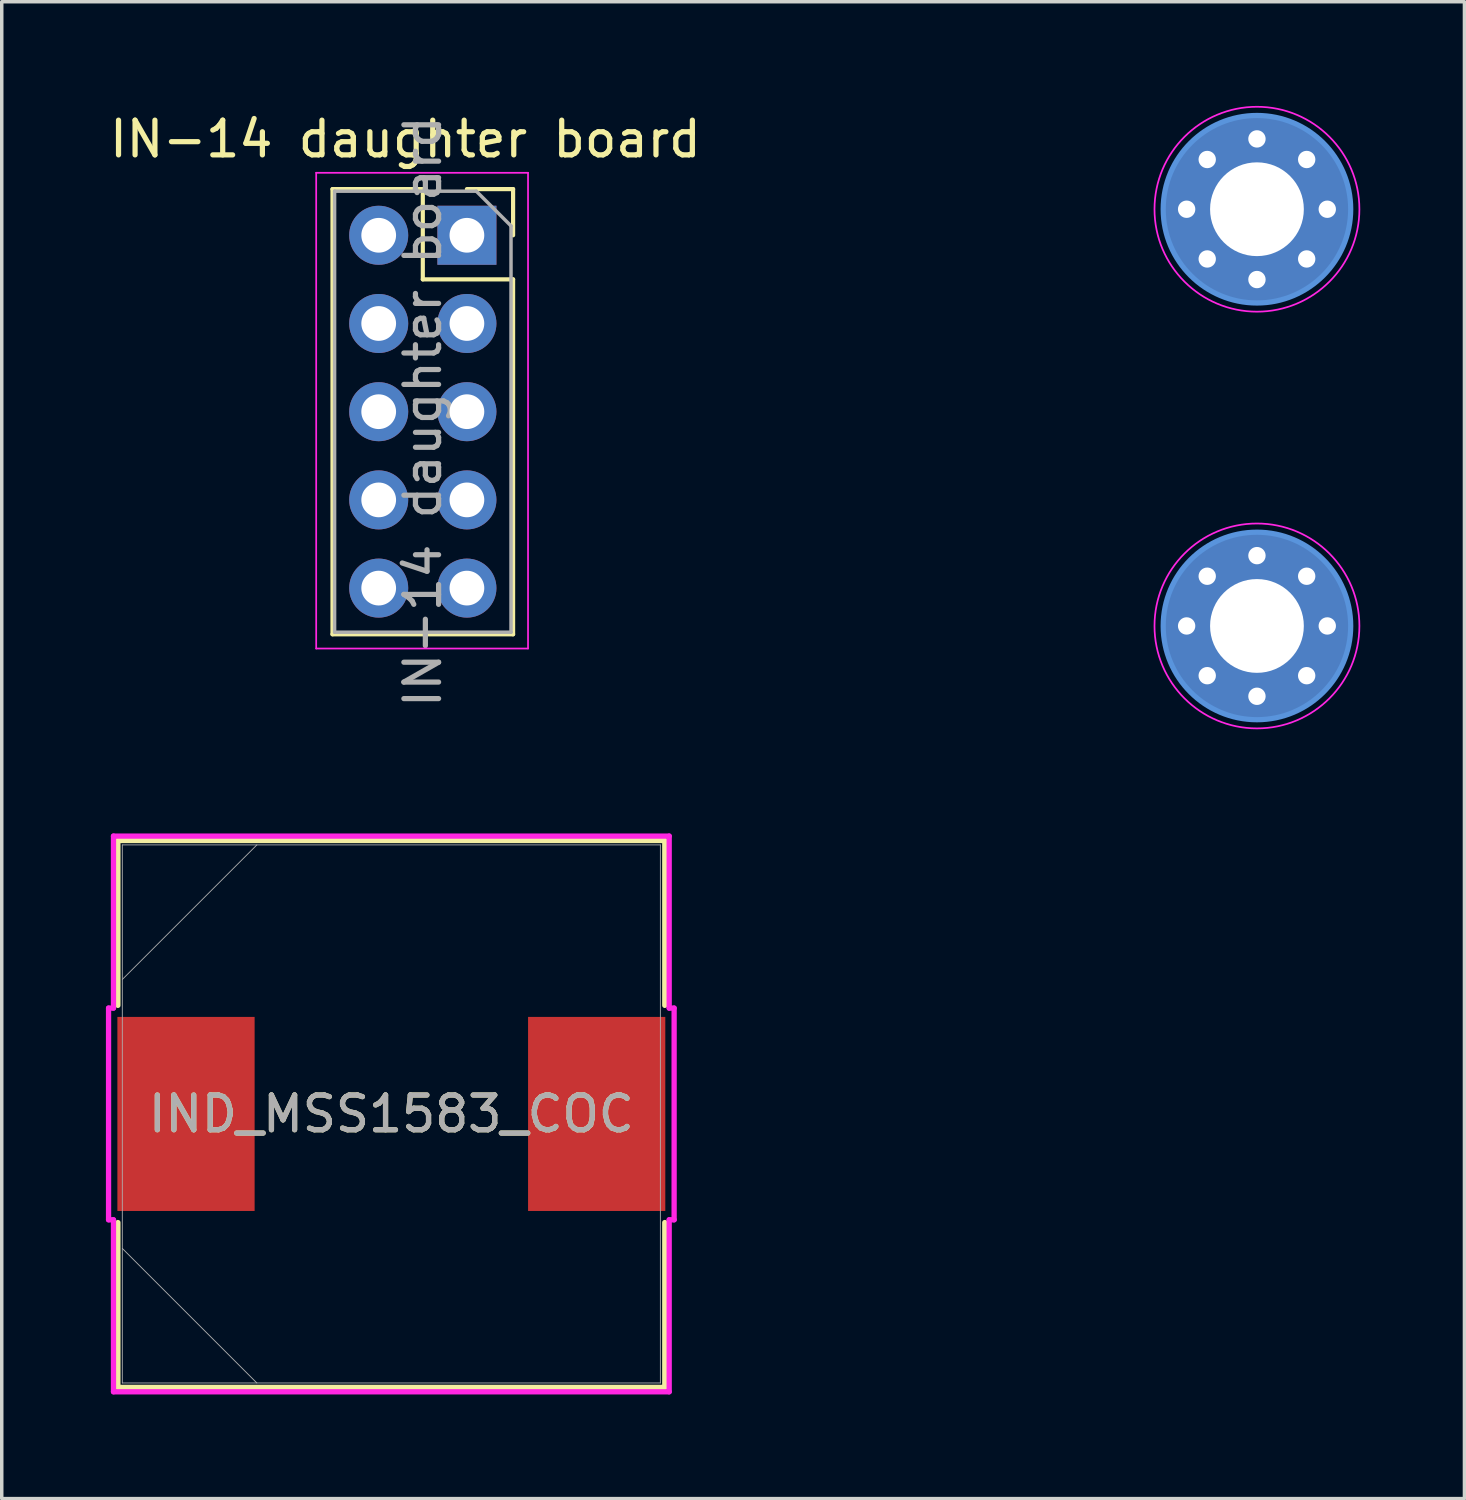
<source format=kicad_pcb>
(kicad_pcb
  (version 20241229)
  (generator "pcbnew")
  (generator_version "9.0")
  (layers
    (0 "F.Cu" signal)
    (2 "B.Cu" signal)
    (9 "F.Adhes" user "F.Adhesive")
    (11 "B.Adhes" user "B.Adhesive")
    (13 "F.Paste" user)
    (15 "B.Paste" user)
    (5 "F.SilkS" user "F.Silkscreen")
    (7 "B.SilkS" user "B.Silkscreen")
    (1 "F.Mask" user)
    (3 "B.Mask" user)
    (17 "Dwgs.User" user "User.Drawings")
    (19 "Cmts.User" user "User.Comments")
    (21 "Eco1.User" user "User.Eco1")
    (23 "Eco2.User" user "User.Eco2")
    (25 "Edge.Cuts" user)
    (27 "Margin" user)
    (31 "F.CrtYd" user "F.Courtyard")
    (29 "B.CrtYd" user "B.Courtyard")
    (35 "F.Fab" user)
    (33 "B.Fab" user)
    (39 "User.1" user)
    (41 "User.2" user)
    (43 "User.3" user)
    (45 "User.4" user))
  (footprint "IN-14 daughter board"
    (layer "F.Cu")
    (at 10.395 3.725)
    (property "Reference" "IN-14 daughter board" (at -1.77 -2.77 0) (layer "F.SilkS") (effects (font (size 1 1) (thickness 0.15))))
    (attr through_hole)
    (fp_line (start -3.87 -1.33) (end -3.87 11.49) (stroke (width 0.12) (type solid)) (layer "F.SilkS"))
    (fp_line (start -3.87 -1.33) (end -1.27 -1.33) (stroke (width 0.12) (type solid)) (layer "F.SilkS"))
    (fp_line (start -3.87 11.49) (end 1.33 11.49) (stroke (width 0.12) (type solid)) (layer "F.SilkS"))
    (fp_line (start -1.27 -1.33) (end -1.27 1.27) (stroke (width 0.12) (type solid)) (layer "F.SilkS"))
    (fp_line (start -1.27 1.27) (end 1.33 1.27) (stroke (width 0.12) (type solid)) (layer "F.SilkS"))
    (fp_line (start 0 -1.33) (end 1.33 -1.33) (stroke (width 0.12) (type solid)) (layer "F.SilkS"))
    (fp_line (start 1.33 -1.33) (end 1.33 0) (stroke (width 0.12) (type solid)) (layer "F.SilkS"))
    (fp_line (start 1.33 1.27) (end 1.33 11.49) (stroke (width 0.12) (type solid)) (layer "F.SilkS"))
    (fp_circle (center 22.75 -0.75) (end 22.75 1.95) (stroke (width 0.15) (type solid)) (fill no) (layer "Cmts.User"))
    (fp_circle (center 22.75 11.25) (end 22.75 13.95) (stroke (width 0.15) (type solid)) (fill no) (layer "Cmts.User"))
    (fp_line (start -4.34 -1.8) (end 1.76 -1.8) (stroke (width 0.05) (type solid)) (layer "F.CrtYd"))
    (fp_line (start -4.34 11.9) (end -4.34 -1.8) (stroke (width 0.05) (type solid)) (layer "F.CrtYd"))
    (fp_line (start 1.76 -1.8) (end 1.76 11.9) (stroke (width 0.05) (type solid)) (layer "F.CrtYd"))
    (fp_line (start 1.76 11.9) (end -4.34 11.9) (stroke (width 0.05) (type solid)) (layer "F.CrtYd"))
    (fp_circle (center 22.75 -0.75) (end 22.75 2.2) (stroke (width 0.05) (type solid)) (fill no) (layer "F.CrtYd"))
    (fp_circle (center 22.75 11.25) (end 22.75 14.2) (stroke (width 0.05) (type solid)) (fill no) (layer "F.CrtYd"))
    (fp_line (start -3.81 -1.27) (end 0.27 -1.27) (stroke (width 0.1) (type solid)) (layer "F.Fab"))
    (fp_line (start -3.81 11.43) (end -3.81 -1.27) (stroke (width 0.1) (type solid)) (layer "F.Fab"))
    (fp_line (start 0.27 -1.27) (end 1.27 -0.27) (stroke (width 0.1) (type solid)) (layer "F.Fab"))
    (fp_line (start 1.27 -0.27) (end 1.27 11.43) (stroke (width 0.1) (type solid)) (layer "F.Fab"))
    (fp_line (start 1.27 11.43) (end -3.81 11.43) (stroke (width 0.1) (type solid)) (layer "F.Fab"))
    (fp_text user "${REFERENCE}" (at -1.27 5.08 90) (layer "F.Fab") (effects (font (size 1 1) (thickness 0.15))))
    (pad "1" thru_hole rect (at 0 0) (size 1.7 1.7) (drill 1) (layers "*.Cu" "*.Mask"))
    (pad "1" thru_hole circle (at 20.725 -0.75 270) (size 0.8 0.8) (drill 0.5) (layers "*.Cu" "*.Mask"))
    (pad "1" thru_hole circle (at 20.725 11.25 270) (size 0.8 0.8) (drill 0.5) (layers "*.Cu" "*.Mask"))
    (pad "1" thru_hole circle (at 21.318 -2.182 270) (size 0.8 0.8) (drill 0.5) (layers "*.Cu" "*.Mask"))
    (pad "1" thru_hole circle (at 21.318 0.682 270) (size 0.8 0.8) (drill 0.5) (layers "*.Cu" "*.Mask"))
    (pad "1" thru_hole circle (at 21.318 9.818 270) (size 0.8 0.8) (drill 0.5) (layers "*.Cu" "*.Mask"))
    (pad "1" thru_hole circle (at 21.318 12.682 270) (size 0.8 0.8) (drill 0.5) (layers "*.Cu" "*.Mask"))
    (pad "1" thru_hole circle (at 22.75 -2.775 270) (size 0.8 0.8) (drill 0.5) (layers "*.Cu" "*.Mask"))
    (pad "1" thru_hole circle (at 22.75 1.275 270) (size 0.8 0.8) (drill 0.5) (layers "*.Cu" "*.Mask"))
    (pad "1" thru_hole circle (at 22.75 9.225 270) (size 0.8 0.8) (drill 0.5) (layers "*.Cu" "*.Mask"))
    (pad "1" thru_hole circle (at 22.75 13.275 270) (size 0.8 0.8) (drill 0.5) (layers "*.Cu" "*.Mask"))
    (pad "1" thru_hole circle (at 24.182 -2.182 270) (size 0.8 0.8) (drill 0.5) (layers "*.Cu" "*.Mask"))
    (pad "1" thru_hole circle (at 24.182 0.682 270) (size 0.8 0.8) (drill 0.5) (layers "*.Cu" "*.Mask"))
    (pad "1" thru_hole circle (at 24.182 9.818 270) (size 0.8 0.8) (drill 0.5) (layers "*.Cu" "*.Mask"))
    (pad "1" thru_hole circle (at 24.182 12.682 270) (size 0.8 0.8) (drill 0.5) (layers "*.Cu" "*.Mask"))
    (pad "1" thru_hole circle (at 24.775 -0.75 270) (size 0.8 0.8) (drill 0.5) (layers "*.Cu" "*.Mask"))
    (pad "1" thru_hole circle (at 24.775 11.25 270) (size 0.8 0.8) (drill 0.5) (layers "*.Cu" "*.Mask"))
    (pad "2" thru_hole oval (at -2.54 0) (size 1.7 1.7) (drill 1) (layers "*.Cu" "*.Mask"))
    (pad "3" thru_hole oval (at 0 2.54) (size 1.7 1.7) (drill 1) (layers "*.Cu" "*.Mask"))
    (pad "4" thru_hole oval (at -2.54 2.54) (size 1.7 1.7) (drill 1) (layers "*.Cu" "*.Mask"))
    (pad "5" thru_hole oval (at 0 5.08) (size 1.7 1.7) (drill 1) (layers "*.Cu" "*.Mask"))
    (pad "6" thru_hole oval (at -2.54 5.08) (size 1.7 1.7) (drill 1) (layers "*.Cu" "*.Mask"))
    (pad "7" thru_hole oval (at 0 7.62) (size 1.7 1.7) (drill 1) (layers "*.Cu" "*.Mask"))
    (pad "8" thru_hole oval (at -2.54 7.62) (size 1.7 1.7) (drill 1) (layers "*.Cu" "*.Mask"))
    (pad "9" thru_hole oval (at 0 10.16) (size 1.7 1.7) (drill 1) (layers "*.Cu" "*.Mask"))
    (pad "10" thru_hole oval (at -2.54 10.16) (size 1.7 1.7) (drill 1) (layers "*.Cu" "*.Mask"))
    (pad "23" thru_hole circle (at 22.75 -0.75 270) (size 5.4 5.4) (drill 2.7) (layers "*.Cu" "*.Mask"))
    (pad "23" thru_hole circle (at 22.75 11.25 270) (size 5.4 5.4) (drill 2.7) (layers "*.Cu" "*.Mask")))
  (footprint "IND_MSS1583_COC"
    (layer "F.Cu")
    (at 8.219 29.027)
    (property "Reference" "IND_MSS1583_COC" (at 0 0 0) (unlocked yes) (layer "F.SilkS") (effects (font (size 1 1) (thickness 0.15))))
    (attr smd)
    (fp_line (start -7.874 -7.874) (end -7.874 -3.127) (stroke (width 0.152) (type solid)) (layer "F.SilkS"))
    (fp_line (start -7.874 3.127) (end -7.874 7.874) (stroke (width 0.152) (type solid)) (layer "F.SilkS"))
    (fp_line (start -7.874 7.874) (end 7.874 7.874) (stroke (width 0.152) (type solid)) (layer "F.SilkS"))
    (fp_line (start 7.874 -7.874) (end -7.874 -7.874) (stroke (width 0.152) (type solid)) (layer "F.SilkS"))
    (fp_line (start 7.874 -3.127) (end 7.874 -7.874) (stroke (width 0.152) (type solid)) (layer "F.SilkS"))
    (fp_line (start 7.874 7.874) (end 7.874 3.127) (stroke (width 0.152) (type solid)) (layer "F.SilkS"))
    (fp_line (start -8.143 -3.048) (end -8.001 -3.048) (stroke (width 0.152) (type solid)) (layer "F.CrtYd"))
    (fp_line (start -8.143 3.048) (end -8.143 -3.048) (stroke (width 0.152) (type solid)) (layer "F.CrtYd"))
    (fp_line (start -8.001 -8.001) (end 8.001 -8.001) (stroke (width 0.152) (type solid)) (layer "F.CrtYd"))
    (fp_line (start -8.001 -3.048) (end -8.001 -8.001) (stroke (width 0.152) (type solid)) (layer "F.CrtYd"))
    (fp_line (start -8.001 3.048) (end -8.143 3.048) (stroke (width 0.152) (type solid)) (layer "F.CrtYd"))
    (fp_line (start -8.001 3.048) (end -8.001 8.001) (stroke (width 0.152) (type solid)) (layer "F.CrtYd"))
    (fp_line (start -8.001 8.001) (end 8.001 8.001) (stroke (width 0.152) (type solid)) (layer "F.CrtYd"))
    (fp_line (start 8.001 -8.001) (end 8.001 -3.048) (stroke (width 0.152) (type solid)) (layer "F.CrtYd"))
    (fp_line (start 8.001 -3.048) (end 8.143 -3.048) (stroke (width 0.152) (type solid)) (layer "F.CrtYd"))
    (fp_line (start 8.001 3.048) (end 8.143 3.048) (stroke (width 0.152) (type solid)) (layer "F.CrtYd"))
    (fp_line (start 8.001 8.001) (end 8.001 3.048) (stroke (width 0.152) (type solid)) (layer "F.CrtYd"))
    (fp_line (start 8.143 -3.048) (end 8.143 3.048) (stroke (width 0.152) (type solid)) (layer "F.CrtYd"))
    (fp_line (start -7.747 -7.747) (end -7.747 7.747) (stroke (width 0.025) (type solid)) (layer "F.Fab"))
    (fp_line (start -7.747 -3.873) (end -3.873 -7.747) (stroke (width 0.025) (type solid)) (layer "F.Fab"))
    (fp_line (start -7.747 3.873) (end -3.873 7.747) (stroke (width 0.025) (type solid)) (layer "F.Fab"))
    (fp_line (start -7.747 7.747) (end 7.747 7.747) (stroke (width 0.025) (type solid)) (layer "F.Fab"))
    (fp_line (start 7.747 -7.747) (end -7.747 -7.747) (stroke (width 0.025) (type solid)) (layer "F.Fab"))
    (fp_line (start 7.747 7.747) (end 7.747 -7.747) (stroke (width 0.025) (type solid)) (layer "F.Fab"))
    (fp_text user "${REFERENCE}" (at 0 0 0) (unlocked yes) (layer "F.Fab") (effects (font (size 1 1) (thickness 0.15))))
    (pad "1" smd rect (at -5.913 0 90) (size 5.588 3.952) (layers "F.Cu" "F.Mask" "F.Paste"))
    (pad "2" smd rect (at 5.913 0 90) (size 5.588 3.952) (layers "F.Cu" "F.Mask" "F.Paste")))
  (gr_rect
    (start -3 -3)
    (end 39.12 40.104)
    (stroke (width 0.1) (type default))
    (fill no)
    (layer "Edge.Cuts")))
</source>
